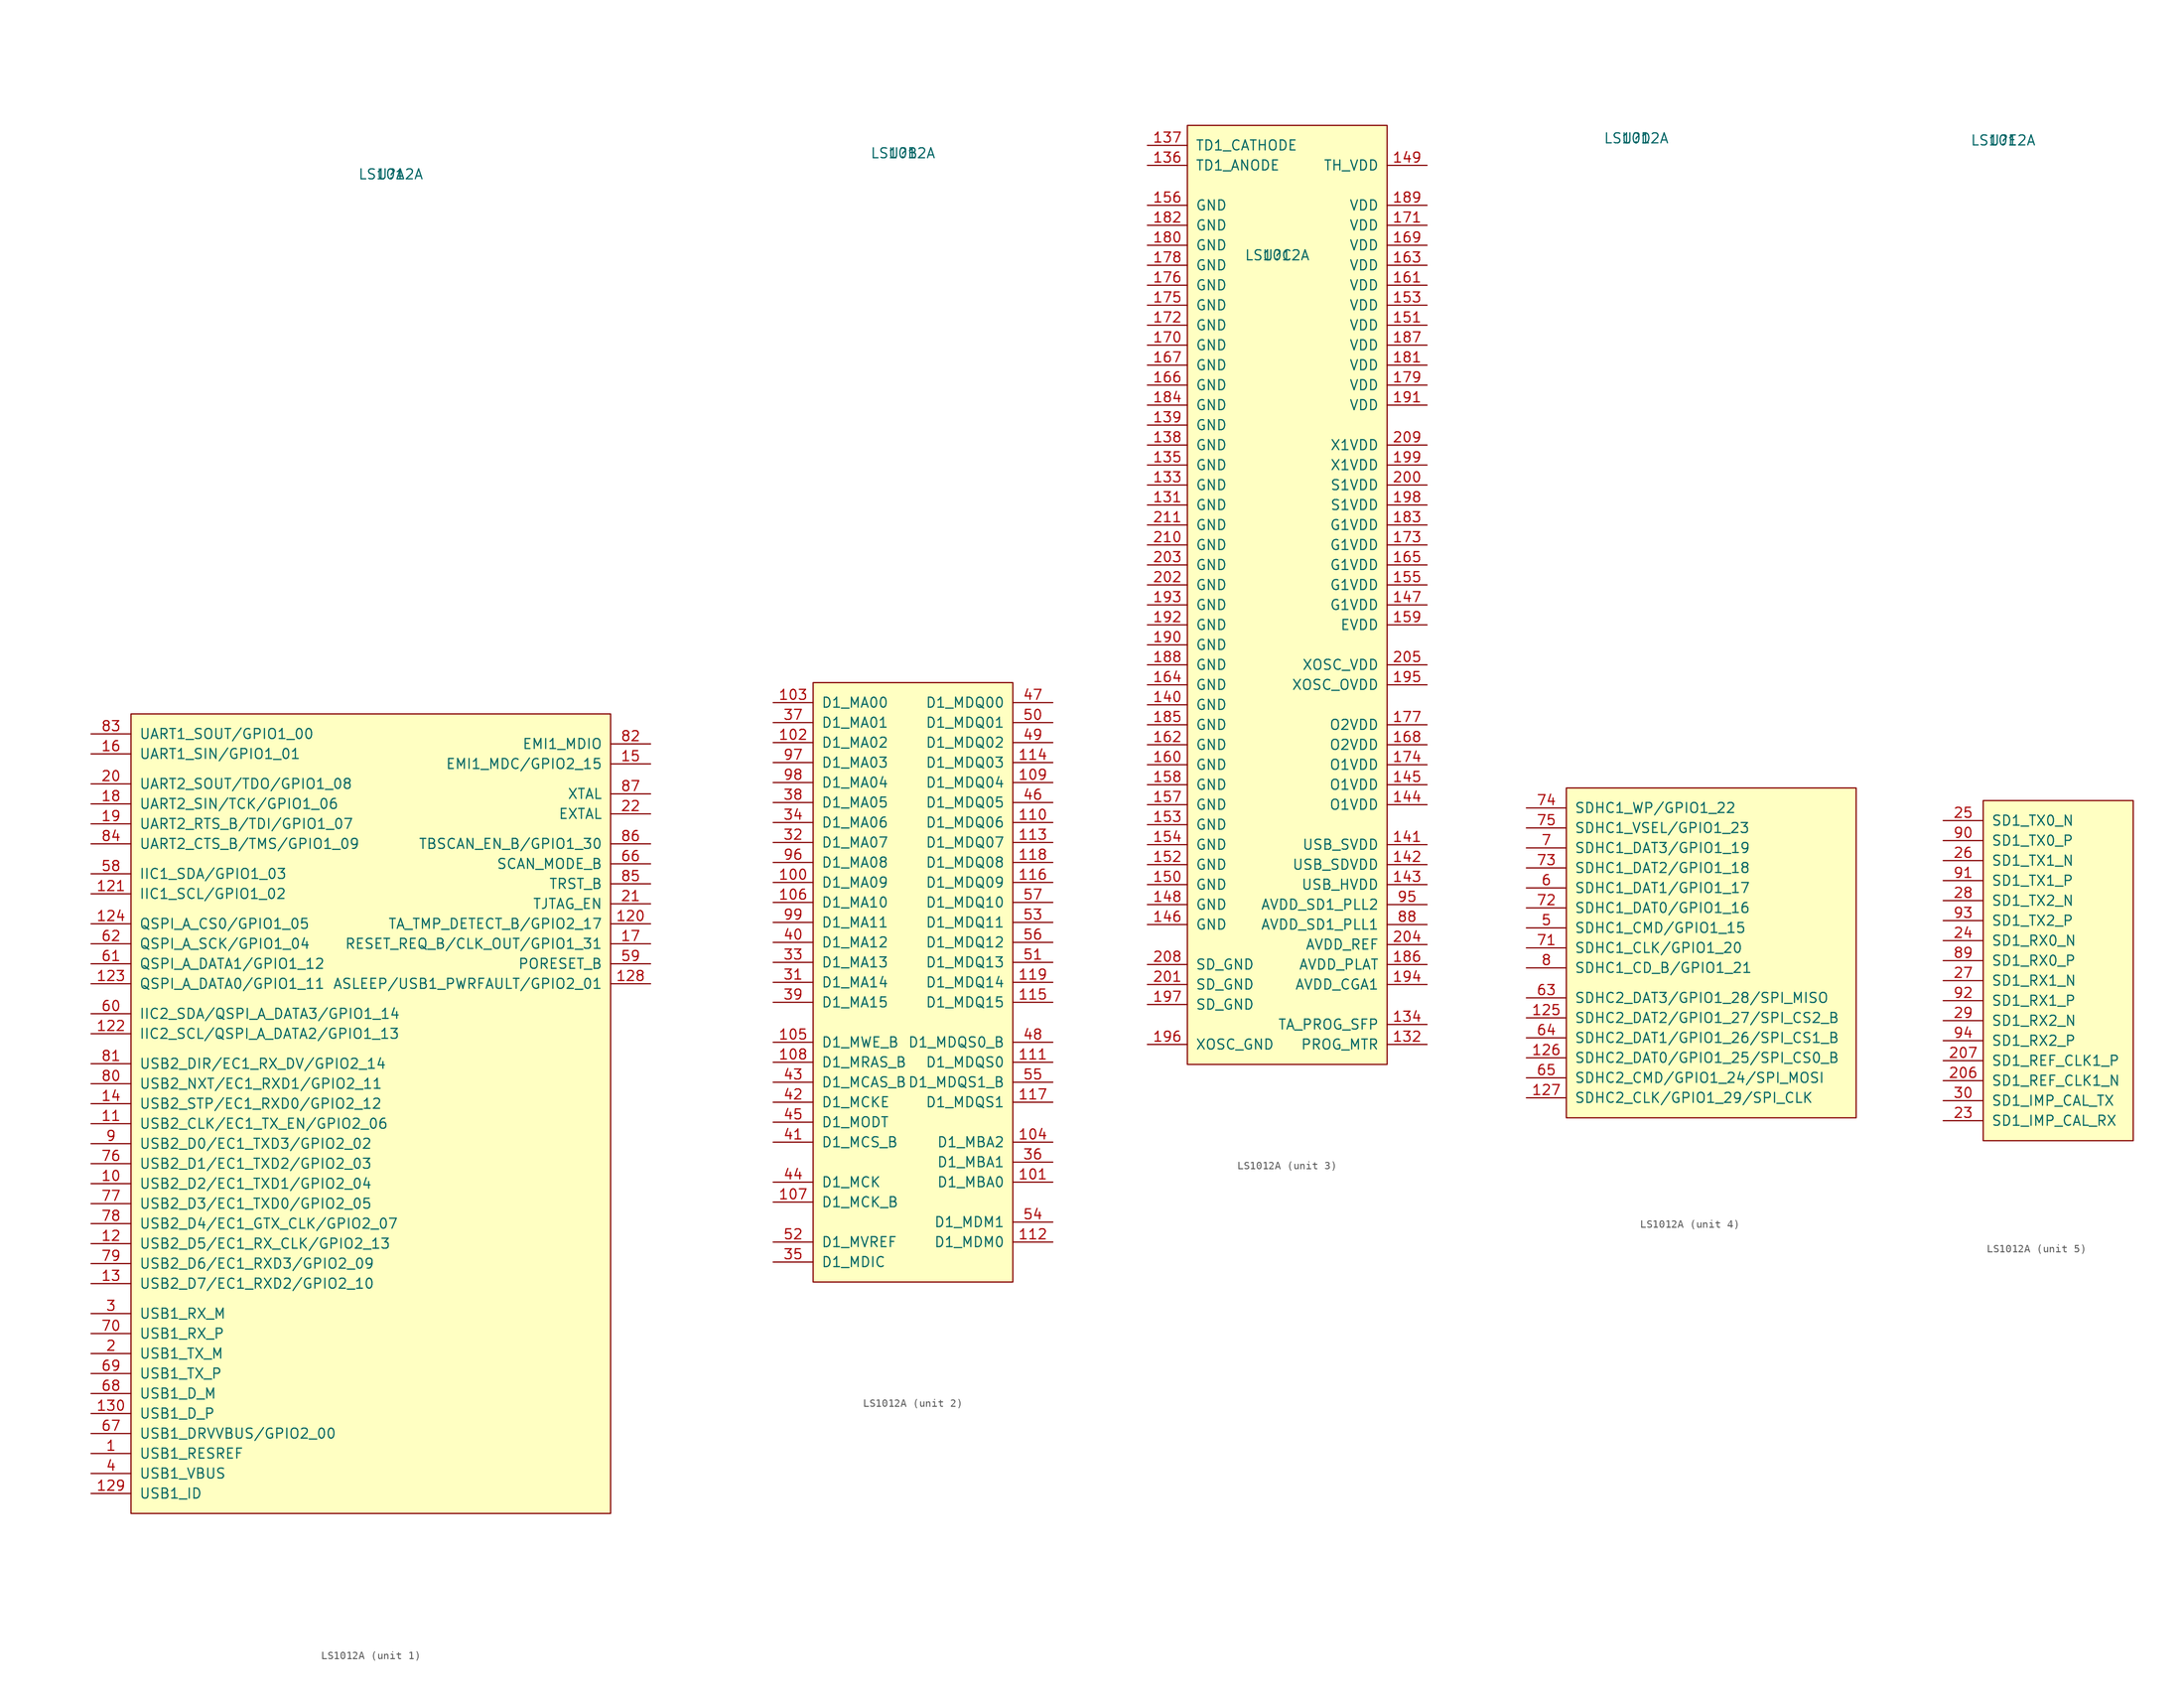
<source format=kicad_sym>
(kicad_symbol_lib
  (version 20220914)
  (generator kicad_symbol_editor)
  (symbol "LS1012A"
    (pin_names
      (offset 1.016))
    (property "Reference" "U"
      (at -1.27 102.87 0)
      (effects (font (size 1.27 1.27))))
    (property "Value" "LS1012A"
      (at -1.27 102.87 0)
      (effects (font (size 1.27 1.27))))
    (property "ki_locked" ""
      (at 0 0 0)
      (effects (font (size 1.27 1.27))))
    (symbol "LS1012A_1_1"
      (rectangle (start -34.29 34.29) (end 26.67 -67.31) (stroke (width 0) (type default)) (fill (type background)))
      (pin passive line (at -39.37 -59.69 0) (length 5.08) (name "USB1_RESREF" (effects (font (size 1.27 1.27)))) (number "1" (effects (font (size 1.27 1.27)))))
      (pin passive line (at -39.37 -25.4 0) (length 5.08) (name "USB2_D2/EC1_TXD1/GPIO2_04" (effects (font (size 1.27 1.27)))) (number "10" (effects (font (size 1.27 1.27)))))
      (pin passive line (at -39.37 -17.78 0) (length 5.08) (name "USB2_CLK/EC1_TX_EN/GPIO2_06" (effects (font (size 1.27 1.27)))) (number "11" (effects (font (size 1.27 1.27)))))
      (pin passive line (at -39.37 -33.02 0) (length 5.08) (name "USB2_D5/EC1_RX_CLK/GPIO2_13" (effects (font (size 1.27 1.27)))) (number "12" (effects (font (size 1.27 1.27)))))
      (pin passive line (at 31.75 7.62 180) (length 5.08) (name "TA_TMP_DETECT_B/GPIO2_17" (effects (font (size 1.27 1.27)))) (number "120" (effects (font (size 1.27 1.27)))))
      (pin passive line (at -39.37 11.43 0) (length 5.08) (name "IIC1_SCL/GPIO1_02" (effects (font (size 1.27 1.27)))) (number "121" (effects (font (size 1.27 1.27)))))
      (pin passive line (at -39.37 -6.35 0) (length 5.08) (name "IIC2_SCL/QSPI_A_DATA2/GPIO1_13" (effects (font (size 1.27 1.27)))) (number "122" (effects (font (size 1.27 1.27)))))
      (pin passive line (at -39.37 0 0) (length 5.08) (name "QSPI_A_DATA0/GPIO1_11" (effects (font (size 1.27 1.27)))) (number "123" (effects (font (size 1.27 1.27)))))
      (pin passive line (at -39.37 7.62 0) (length 5.08) (name "QSPI_A_CS0/GPIO1_05" (effects (font (size 1.27 1.27)))) (number "124" (effects (font (size 1.27 1.27)))))
      (pin passive line (at 31.75 0 180) (length 5.08) (name "ASLEEP/USB1_PWRFAULT/GPIO2_01" (effects (font (size 1.27 1.27)))) (number "128" (effects (font (size 1.27 1.27)))))
      (pin passive line (at -39.37 -64.77 0) (length 5.08) (name "USB1_ID" (effects (font (size 1.27 1.27)))) (number "129" (effects (font (size 1.27 1.27)))))
      (pin passive line (at -39.37 -38.1 0) (length 5.08) (name "USB2_D7/EC1_RXD2/GPIO2_10" (effects (font (size 1.27 1.27)))) (number "13" (effects (font (size 1.27 1.27)))))
      (pin passive line (at -39.37 -54.61 0) (length 5.08) (name "USB1_D_P" (effects (font (size 1.27 1.27)))) (number "130" (effects (font (size 1.27 1.27)))))
      (pin passive line (at -39.37 -15.24 0) (length 5.08) (name "USB2_STP/EC1_RXD0/GPIO2_12" (effects (font (size 1.27 1.27)))) (number "14" (effects (font (size 1.27 1.27)))))
      (pin passive line (at 31.75 27.94 180) (length 5.08) (name "EMI1_MDC/GPIO2_15" (effects (font (size 1.27 1.27)))) (number "15" (effects (font (size 1.27 1.27)))))
      (pin passive line (at -39.37 29.21 0) (length 5.08) (name "UART1_SIN/GPIO1_01" (effects (font (size 1.27 1.27)))) (number "16" (effects (font (size 1.27 1.27)))))
      (pin passive line (at 31.75 5.08 180) (length 5.08) (name "RESET_REQ_B/CLK_OUT/GPIO1_31" (effects (font (size 1.27 1.27)))) (number "17" (effects (font (size 1.27 1.27)))))
      (pin passive line (at -39.37 22.86 0) (length 5.08) (name "UART2_SIN/TCK/GPIO1_06" (effects (font (size 1.27 1.27)))) (number "18" (effects (font (size 1.27 1.27)))))
      (pin passive line (at -39.37 20.32 0) (length 5.08) (name "UART2_RTS_B/TDI/GPIO1_07" (effects (font (size 1.27 1.27)))) (number "19" (effects (font (size 1.27 1.27)))))
      (pin passive line (at -39.37 -46.99 0) (length 5.08) (name "USB1_TX_M" (effects (font (size 1.27 1.27)))) (number "2" (effects (font (size 1.27 1.27)))))
      (pin passive line (at -39.37 25.4 0) (length 5.08) (name "UART2_SOUT/TDO/GPIO1_08" (effects (font (size 1.27 1.27)))) (number "20" (effects (font (size 1.27 1.27)))))
      (pin passive line (at 31.75 10.16 180) (length 5.08) (name "TJTAG_EN" (effects (font (size 1.27 1.27)))) (number "21" (effects (font (size 1.27 1.27)))))
      (pin passive line (at 31.75 21.59 180) (length 5.08) (name "EXTAL" (effects (font (size 1.27 1.27)))) (number "22" (effects (font (size 1.27 1.27)))))
      (pin passive line (at -39.37 -41.91 0) (length 5.08) (name "USB1_RX_M" (effects (font (size 1.27 1.27)))) (number "3" (effects (font (size 1.27 1.27)))))
      (pin passive line (at -39.37 -62.23 0) (length 5.08) (name "USB1_VBUS" (effects (font (size 1.27 1.27)))) (number "4" (effects (font (size 1.27 1.27)))))
      (pin passive line (at -39.37 13.97 0) (length 5.08) (name "IIC1_SDA/GPIO1_03" (effects (font (size 1.27 1.27)))) (number "58" (effects (font (size 1.27 1.27)))))
      (pin passive line (at 31.75 2.54 180) (length 5.08) (name "PORESET_B" (effects (font (size 1.27 1.27)))) (number "59" (effects (font (size 1.27 1.27)))))
      (pin passive line (at -39.37 -3.81 0) (length 5.08) (name "IIC2_SDA/QSPI_A_DATA3/GPIO1_14" (effects (font (size 1.27 1.27)))) (number "60" (effects (font (size 1.27 1.27)))))
      (pin passive line (at -39.37 2.54 0) (length 5.08) (name "QSPI_A_DATA1/GPIO1_12" (effects (font (size 1.27 1.27)))) (number "61" (effects (font (size 1.27 1.27)))))
      (pin passive line (at -39.37 5.08 0) (length 5.08) (name "QSPI_A_SCK/GPIO1_04" (effects (font (size 1.27 1.27)))) (number "62" (effects (font (size 1.27 1.27)))))
      (pin passive line (at 31.75 15.24 180) (length 5.08) (name "SCAN_MODE_B" (effects (font (size 1.27 1.27)))) (number "66" (effects (font (size 1.27 1.27)))))
      (pin passive line (at -39.37 -57.15 0) (length 5.08) (name "USB1_DRVVBUS/GPIO2_00" (effects (font (size 1.27 1.27)))) (number "67" (effects (font (size 1.27 1.27)))))
      (pin passive line (at -39.37 -52.07 0) (length 5.08) (name "USB1_D_M" (effects (font (size 1.27 1.27)))) (number "68" (effects (font (size 1.27 1.27)))))
      (pin passive line (at -39.37 -49.53 0) (length 5.08) (name "USB1_TX_P" (effects (font (size 1.27 1.27)))) (number "69" (effects (font (size 1.27 1.27)))))
      (pin passive line (at -39.37 -44.45 0) (length 5.08) (name "USB1_RX_P" (effects (font (size 1.27 1.27)))) (number "70" (effects (font (size 1.27 1.27)))))
      (pin passive line (at -39.37 -22.86 0) (length 5.08) (name "USB2_D1/EC1_TXD2/GPIO2_03" (effects (font (size 1.27 1.27)))) (number "76" (effects (font (size 1.27 1.27)))))
      (pin passive line (at -39.37 -27.94 0) (length 5.08) (name "USB2_D3/EC1_TXD0/GPIO2_05" (effects (font (size 1.27 1.27)))) (number "77" (effects (font (size 1.27 1.27)))))
      (pin passive line (at -39.37 -30.48 0) (length 5.08) (name "USB2_D4/EC1_GTX_CLK/GPIO2_07" (effects (font (size 1.27 1.27)))) (number "78" (effects (font (size 1.27 1.27)))))
      (pin passive line (at -39.37 -35.56 0) (length 5.08) (name "USB2_D6/EC1_RXD3/GPIO2_09" (effects (font (size 1.27 1.27)))) (number "79" (effects (font (size 1.27 1.27)))))
      (pin passive line (at -39.37 -12.7 0) (length 5.08) (name "USB2_NXT/EC1_RXD1/GPIO2_11" (effects (font (size 1.27 1.27)))) (number "80" (effects (font (size 1.27 1.27)))))
      (pin passive line (at -39.37 -10.16 0) (length 5.08) (name "USB2_DIR/EC1_RX_DV/GPIO2_14" (effects (font (size 1.27 1.27)))) (number "81" (effects (font (size 1.27 1.27)))))
      (pin passive line (at 31.75 30.48 180) (length 5.08) (name "EMI1_MDIO" (effects (font (size 1.27 1.27)))) (number "82" (effects (font (size 1.27 1.27)))))
      (pin passive line (at -39.37 31.75 0) (length 5.08) (name "UART1_SOUT/GPIO1_00" (effects (font (size 1.27 1.27)))) (number "83" (effects (font (size 1.27 1.27)))))
      (pin passive line (at -39.37 17.78 0) (length 5.08) (name "UART2_CTS_B/TMS/GPIO1_09" (effects (font (size 1.27 1.27)))) (number "84" (effects (font (size 1.27 1.27)))))
      (pin passive line (at 31.75 12.7 180) (length 5.08) (name "TRST_B" (effects (font (size 1.27 1.27)))) (number "85" (effects (font (size 1.27 1.27)))))
      (pin passive line (at 31.75 17.78 180) (length 5.08) (name "TBSCAN_EN_B/GPIO1_30" (effects (font (size 1.27 1.27)))) (number "86" (effects (font (size 1.27 1.27)))))
      (pin passive line (at 31.75 24.13 180) (length 5.08) (name "XTAL" (effects (font (size 1.27 1.27)))) (number "87" (effects (font (size 1.27 1.27)))))
      (pin passive line (at -39.37 -20.32 0) (length 5.08) (name "USB2_D0/EC1_TXD3/GPIO2_02" (effects (font (size 1.27 1.27)))) (number "9" (effects (font (size 1.27 1.27))))))
    (symbol "LS1012A_2_1"
      (rectangle (start -12.7 35.56) (end 12.7 -40.64) (stroke (width 0) (type default)) (fill (type background)))
      (pin passive line (at -17.78 10.16 0) (length 5.08) (name "D1_MA09" (effects (font (size 1.27 1.27)))) (number "100" (effects (font (size 1.27 1.27)))))
      (pin passive line (at 17.78 -27.94 180) (length 5.08) (name "D1_MBA0" (effects (font (size 1.27 1.27)))) (number "101" (effects (font (size 1.27 1.27)))))
      (pin passive line (at -17.78 27.94 0) (length 5.08) (name "D1_MA02" (effects (font (size 1.27 1.27)))) (number "102" (effects (font (size 1.27 1.27)))))
      (pin passive line (at -17.78 33.02 0) (length 5.08) (name "D1_MA00" (effects (font (size 1.27 1.27)))) (number "103" (effects (font (size 1.27 1.27)))))
      (pin passive line (at 17.78 -22.86 180) (length 5.08) (name "D1_MBA2" (effects (font (size 1.27 1.27)))) (number "104" (effects (font (size 1.27 1.27)))))
      (pin passive line (at -17.78 -10.16 0) (length 5.08) (name "D1_MWE_B" (effects (font (size 1.27 1.27)))) (number "105" (effects (font (size 1.27 1.27)))))
      (pin passive line (at -17.78 7.62 0) (length 5.08) (name "D1_MA10" (effects (font (size 1.27 1.27)))) (number "106" (effects (font (size 1.27 1.27)))))
      (pin passive line (at -17.78 -30.48 0) (length 5.08) (name "D1_MCK_B" (effects (font (size 1.27 1.27)))) (number "107" (effects (font (size 1.27 1.27)))))
      (pin passive line (at -17.78 -12.7 0) (length 5.08) (name "D1_MRAS_B" (effects (font (size 1.27 1.27)))) (number "108" (effects (font (size 1.27 1.27)))))
      (pin passive line (at 17.78 22.86 180) (length 5.08) (name "D1_MDQ04" (effects (font (size 1.27 1.27)))) (number "109" (effects (font (size 1.27 1.27)))))
      (pin passive line (at 17.78 17.78 180) (length 5.08) (name "D1_MDQ06" (effects (font (size 1.27 1.27)))) (number "110" (effects (font (size 1.27 1.27)))))
      (pin passive line (at 17.78 -12.7 180) (length 5.08) (name "D1_MDQS0" (effects (font (size 1.27 1.27)))) (number "111" (effects (font (size 1.27 1.27)))))
      (pin passive line (at 17.78 -35.56 180) (length 5.08) (name "D1_MDM0" (effects (font (size 1.27 1.27)))) (number "112" (effects (font (size 1.27 1.27)))))
      (pin passive line (at 17.78 15.24 180) (length 5.08) (name "D1_MDQ07" (effects (font (size 1.27 1.27)))) (number "113" (effects (font (size 1.27 1.27)))))
      (pin passive line (at 17.78 25.4 180) (length 5.08) (name "D1_MDQ03" (effects (font (size 1.27 1.27)))) (number "114" (effects (font (size 1.27 1.27)))))
      (pin passive line (at 17.78 -5.08 180) (length 5.08) (name "D1_MDQ15" (effects (font (size 1.27 1.27)))) (number "115" (effects (font (size 1.27 1.27)))))
      (pin passive line (at 17.78 10.16 180) (length 5.08) (name "D1_MDQ09" (effects (font (size 1.27 1.27)))) (number "116" (effects (font (size 1.27 1.27)))))
      (pin passive line (at 17.78 -17.78 180) (length 5.08) (name "D1_MDQS1" (effects (font (size 1.27 1.27)))) (number "117" (effects (font (size 1.27 1.27)))))
      (pin passive line (at 17.78 12.7 180) (length 5.08) (name "D1_MDQ08" (effects (font (size 1.27 1.27)))) (number "118" (effects (font (size 1.27 1.27)))))
      (pin passive line (at 17.78 -2.54 180) (length 5.08) (name "D1_MDQ14" (effects (font (size 1.27 1.27)))) (number "119" (effects (font (size 1.27 1.27)))))
      (pin passive line (at -17.78 -2.54 0) (length 5.08) (name "D1_MA14" (effects (font (size 1.27 1.27)))) (number "31" (effects (font (size 1.27 1.27)))))
      (pin passive line (at -17.78 15.24 0) (length 5.08) (name "D1_MA07" (effects (font (size 1.27 1.27)))) (number "32" (effects (font (size 1.27 1.27)))))
      (pin passive line (at -17.78 0 0) (length 5.08) (name "D1_MA13" (effects (font (size 1.27 1.27)))) (number "33" (effects (font (size 1.27 1.27)))))
      (pin passive line (at -17.78 17.78 0) (length 5.08) (name "D1_MA06" (effects (font (size 1.27 1.27)))) (number "34" (effects (font (size 1.27 1.27)))))
      (pin passive line (at -17.78 -38.1 0) (length 5.08) (name "D1_MDIC" (effects (font (size 1.27 1.27)))) (number "35" (effects (font (size 1.27 1.27)))))
      (pin passive line (at 17.78 -25.4 180) (length 5.08) (name "D1_MBA1" (effects (font (size 1.27 1.27)))) (number "36" (effects (font (size 1.27 1.27)))))
      (pin passive line (at -17.78 30.48 0) (length 5.08) (name "D1_MA01" (effects (font (size 1.27 1.27)))) (number "37" (effects (font (size 1.27 1.27)))))
      (pin passive line (at -17.78 20.32 0) (length 5.08) (name "D1_MA05" (effects (font (size 1.27 1.27)))) (number "38" (effects (font (size 1.27 1.27)))))
      (pin passive line (at -17.78 -5.08 0) (length 5.08) (name "D1_MA15" (effects (font (size 1.27 1.27)))) (number "39" (effects (font (size 1.27 1.27)))))
      (pin passive line (at -17.78 2.54 0) (length 5.08) (name "D1_MA12" (effects (font (size 1.27 1.27)))) (number "40" (effects (font (size 1.27 1.27)))))
      (pin passive line (at -17.78 -22.86 0) (length 5.08) (name "D1_MCS_B" (effects (font (size 1.27 1.27)))) (number "41" (effects (font (size 1.27 1.27)))))
      (pin passive line (at -17.78 -17.78 0) (length 5.08) (name "D1_MCKE" (effects (font (size 1.27 1.27)))) (number "42" (effects (font (size 1.27 1.27)))))
      (pin passive line (at -17.78 -15.24 0) (length 5.08) (name "D1_MCAS_B" (effects (font (size 1.27 1.27)))) (number "43" (effects (font (size 1.27 1.27)))))
      (pin passive line (at -17.78 -27.94 0) (length 5.08) (name "D1_MCK" (effects (font (size 1.27 1.27)))) (number "44" (effects (font (size 1.27 1.27)))))
      (pin passive line (at -17.78 -20.32 0) (length 5.08) (name "D1_MODT" (effects (font (size 1.27 1.27)))) (number "45" (effects (font (size 1.27 1.27)))))
      (pin passive line (at 17.78 20.32 180) (length 5.08) (name "D1_MDQ05" (effects (font (size 1.27 1.27)))) (number "46" (effects (font (size 1.27 1.27)))))
      (pin passive line (at 17.78 33.02 180) (length 5.08) (name "D1_MDQ00" (effects (font (size 1.27 1.27)))) (number "47" (effects (font (size 1.27 1.27)))))
      (pin passive line (at 17.78 -10.16 180) (length 5.08) (name "D1_MDQS0_B" (effects (font (size 1.27 1.27)))) (number "48" (effects (font (size 1.27 1.27)))))
      (pin passive line (at 17.78 27.94 180) (length 5.08) (name "D1_MDQ02" (effects (font (size 1.27 1.27)))) (number "49" (effects (font (size 1.27 1.27)))))
      (pin passive line (at 17.78 30.48 180) (length 5.08) (name "D1_MDQ01" (effects (font (size 1.27 1.27)))) (number "50" (effects (font (size 1.27 1.27)))))
      (pin passive line (at 17.78 0 180) (length 5.08) (name "D1_MDQ13" (effects (font (size 1.27 1.27)))) (number "51" (effects (font (size 1.27 1.27)))))
      (pin passive line (at -17.78 -35.56 0) (length 5.08) (name "D1_MVREF" (effects (font (size 1.27 1.27)))) (number "52" (effects (font (size 1.27 1.27)))))
      (pin passive line (at 17.78 5.08 180) (length 5.08) (name "D1_MDQ11" (effects (font (size 1.27 1.27)))) (number "53" (effects (font (size 1.27 1.27)))))
      (pin passive line (at 17.78 -33.02 180) (length 5.08) (name "D1_MDM1" (effects (font (size 1.27 1.27)))) (number "54" (effects (font (size 1.27 1.27)))))
      (pin passive line (at 17.78 -15.24 180) (length 5.08) (name "D1_MDQS1_B" (effects (font (size 1.27 1.27)))) (number "55" (effects (font (size 1.27 1.27)))))
      (pin passive line (at 17.78 2.54 180) (length 5.08) (name "D1_MDQ12" (effects (font (size 1.27 1.27)))) (number "56" (effects (font (size 1.27 1.27)))))
      (pin passive line (at 17.78 7.62 180) (length 5.08) (name "D1_MDQ10" (effects (font (size 1.27 1.27)))) (number "57" (effects (font (size 1.27 1.27)))))
      (pin passive line (at -17.78 12.7 0) (length 5.08) (name "D1_MA08" (effects (font (size 1.27 1.27)))) (number "96" (effects (font (size 1.27 1.27)))))
      (pin passive line (at -17.78 25.4 0) (length 5.08) (name "D1_MA03" (effects (font (size 1.27 1.27)))) (number "97" (effects (font (size 1.27 1.27)))))
      (pin passive line (at -17.78 22.86 0) (length 5.08) (name "D1_MA04" (effects (font (size 1.27 1.27)))) (number "98" (effects (font (size 1.27 1.27)))))
      (pin passive line (at -17.78 5.08 0) (length 5.08) (name "D1_MA11" (effects (font (size 1.27 1.27)))) (number "99" (effects (font (size 1.27 1.27))))))
    (symbol "LS1012A_3_1"
      (rectangle (start -12.7 119.38) (end 12.7 0) (stroke (width 0) (type default)) (fill (type background)))
      (pin passive line (at -17.78 71.12 0) (length 5.08) (name "GND" (effects (font (size 1.27 1.27)))) (number "131" (effects (font (size 1.27 1.27)))))
      (pin passive line (at 17.78 2.54 180) (length 5.08) (name "PROG_MTR" (effects (font (size 1.27 1.27)))) (number "132" (effects (font (size 1.27 1.27)))))
      (pin passive line (at -17.78 73.66 0) (length 5.08) (name "GND" (effects (font (size 1.27 1.27)))) (number "133" (effects (font (size 1.27 1.27)))))
      (pin passive line (at 17.78 5.08 180) (length 5.08) (name "TA_PROG_SFP" (effects (font (size 1.27 1.27)))) (number "134" (effects (font (size 1.27 1.27)))))
      (pin passive line (at -17.78 76.2 0) (length 5.08) (name "GND" (effects (font (size 1.27 1.27)))) (number "135" (effects (font (size 1.27 1.27)))))
      (pin passive line (at -17.78 114.3 0) (length 5.08) (name "TD1_ANODE" (effects (font (size 1.27 1.27)))) (number "136" (effects (font (size 1.27 1.27)))))
      (pin passive line (at -17.78 116.84 0) (length 5.08) (name "TD1_CATHODE" (effects (font (size 1.27 1.27)))) (number "137" (effects (font (size 1.27 1.27)))))
      (pin passive line (at -17.78 78.74 0) (length 5.08) (name "GND" (effects (font (size 1.27 1.27)))) (number "138" (effects (font (size 1.27 1.27)))))
      (pin passive line (at -17.78 81.28 0) (length 5.08) (name "GND" (effects (font (size 1.27 1.27)))) (number "139" (effects (font (size 1.27 1.27)))))
      (pin passive line (at -17.78 45.72 0) (length 5.08) (name "GND" (effects (font (size 1.27 1.27)))) (number "140" (effects (font (size 1.27 1.27)))))
      (pin passive line (at 17.78 27.94 180) (length 5.08) (name "USB_SVDD" (effects (font (size 1.27 1.27)))) (number "141" (effects (font (size 1.27 1.27)))))
      (pin passive line (at 17.78 25.4 180) (length 5.08) (name "USB_SDVDD" (effects (font (size 1.27 1.27)))) (number "142" (effects (font (size 1.27 1.27)))))
      (pin passive line (at 17.78 22.86 180) (length 5.08) (name "USB_HVDD" (effects (font (size 1.27 1.27)))) (number "143" (effects (font (size 1.27 1.27)))))
      (pin passive line (at 17.78 33.02 180) (length 5.08) (name "O1VDD" (effects (font (size 1.27 1.27)))) (number "144" (effects (font (size 1.27 1.27)))))
      (pin passive line (at 17.78 35.56 180) (length 5.08) (name "O1VDD" (effects (font (size 1.27 1.27)))) (number "145" (effects (font (size 1.27 1.27)))))
      (pin passive line (at -17.78 17.78 0) (length 5.08) (name "GND" (effects (font (size 1.27 1.27)))) (number "146" (effects (font (size 1.27 1.27)))))
      (pin passive line (at 17.78 58.42 180) (length 5.08) (name "G1VDD" (effects (font (size 1.27 1.27)))) (number "147" (effects (font (size 1.27 1.27)))))
      (pin passive line (at -17.78 20.32 0) (length 5.08) (name "GND" (effects (font (size 1.27 1.27)))) (number "148" (effects (font (size 1.27 1.27)))))
      (pin passive line (at 17.78 114.3 180) (length 5.08) (name "TH_VDD" (effects (font (size 1.27 1.27)))) (number "149" (effects (font (size 1.27 1.27)))))
      (pin passive line (at -17.78 22.86 0) (length 5.08) (name "GND" (effects (font (size 1.27 1.27)))) (number "150" (effects (font (size 1.27 1.27)))))
      (pin passive line (at 17.78 93.98 180) (length 5.08) (name "VDD" (effects (font (size 1.27 1.27)))) (number "151" (effects (font (size 1.27 1.27)))))
      (pin passive line (at -17.78 25.4 0) (length 5.08) (name "GND" (effects (font (size 1.27 1.27)))) (number "152" (effects (font (size 1.27 1.27)))))
      (pin passive line (at -17.78 30.48 0) (length 5.08) (name "GND" (effects (font (size 1.27 1.27)))) (number "153" (effects (font (size 1.27 1.27)))))
      (pin passive line (at 17.78 96.52 180) (length 5.08) (name "VDD" (effects (font (size 1.27 1.27)))) (number "153" (effects (font (size 1.27 1.27)))))
      (pin passive line (at -17.78 27.94 0) (length 5.08) (name "GND" (effects (font (size 1.27 1.27)))) (number "154" (effects (font (size 1.27 1.27)))))
      (pin passive line (at 17.78 60.96 180) (length 5.08) (name "G1VDD" (effects (font (size 1.27 1.27)))) (number "155" (effects (font (size 1.27 1.27)))))
      (pin passive line (at -17.78 109.22 0) (length 5.08) (name "GND" (effects (font (size 1.27 1.27)))) (number "156" (effects (font (size 1.27 1.27)))))
      (pin passive line (at -17.78 33.02 0) (length 5.08) (name "GND" (effects (font (size 1.27 1.27)))) (number "157" (effects (font (size 1.27 1.27)))))
      (pin passive line (at -17.78 35.56 0) (length 5.08) (name "GND" (effects (font (size 1.27 1.27)))) (number "158" (effects (font (size 1.27 1.27)))))
      (pin passive line (at 17.78 55.88 180) (length 5.08) (name "EVDD" (effects (font (size 1.27 1.27)))) (number "159" (effects (font (size 1.27 1.27)))))
      (pin passive line (at -17.78 38.1 0) (length 5.08) (name "GND" (effects (font (size 1.27 1.27)))) (number "160" (effects (font (size 1.27 1.27)))))
      (pin passive line (at 17.78 99.06 180) (length 5.08) (name "VDD" (effects (font (size 1.27 1.27)))) (number "161" (effects (font (size 1.27 1.27)))))
      (pin passive line (at -17.78 40.64 0) (length 5.08) (name "GND" (effects (font (size 1.27 1.27)))) (number "162" (effects (font (size 1.27 1.27)))))
      (pin passive line (at 17.78 101.6 180) (length 5.08) (name "VDD" (effects (font (size 1.27 1.27)))) (number "163" (effects (font (size 1.27 1.27)))))
      (pin passive line (at -17.78 48.26 0) (length 5.08) (name "GND" (effects (font (size 1.27 1.27)))) (number "164" (effects (font (size 1.27 1.27)))))
      (pin passive line (at 17.78 63.5 180) (length 5.08) (name "G1VDD" (effects (font (size 1.27 1.27)))) (number "165" (effects (font (size 1.27 1.27)))))
      (pin passive line (at -17.78 86.36 0) (length 5.08) (name "GND" (effects (font (size 1.27 1.27)))) (number "166" (effects (font (size 1.27 1.27)))))
      (pin passive line (at -17.78 88.9 0) (length 5.08) (name "GND" (effects (font (size 1.27 1.27)))) (number "167" (effects (font (size 1.27 1.27)))))
      (pin passive line (at 17.78 40.64 180) (length 5.08) (name "O2VDD" (effects (font (size 1.27 1.27)))) (number "168" (effects (font (size 1.27 1.27)))))
      (pin passive line (at 17.78 104.14 180) (length 5.08) (name "VDD" (effects (font (size 1.27 1.27)))) (number "169" (effects (font (size 1.27 1.27)))))
      (pin passive line (at -17.78 91.44 0) (length 5.08) (name "GND" (effects (font (size 1.27 1.27)))) (number "170" (effects (font (size 1.27 1.27)))))
      (pin passive line (at 17.78 106.68 180) (length 5.08) (name "VDD" (effects (font (size 1.27 1.27)))) (number "171" (effects (font (size 1.27 1.27)))))
      (pin passive line (at -17.78 93.98 0) (length 5.08) (name "GND" (effects (font (size 1.27 1.27)))) (number "172" (effects (font (size 1.27 1.27)))))
      (pin passive line (at 17.78 66.04 180) (length 5.08) (name "G1VDD" (effects (font (size 1.27 1.27)))) (number "173" (effects (font (size 1.27 1.27)))))
      (pin passive line (at 17.78 38.1 180) (length 5.08) (name "O1VDD" (effects (font (size 1.27 1.27)))) (number "174" (effects (font (size 1.27 1.27)))))
      (pin passive line (at -17.78 96.52 0) (length 5.08) (name "GND" (effects (font (size 1.27 1.27)))) (number "175" (effects (font (size 1.27 1.27)))))
      (pin passive line (at -17.78 99.06 0) (length 5.08) (name "GND" (effects (font (size 1.27 1.27)))) (number "176" (effects (font (size 1.27 1.27)))))
      (pin passive line (at 17.78 43.18 180) (length 5.08) (name "O2VDD" (effects (font (size 1.27 1.27)))) (number "177" (effects (font (size 1.27 1.27)))))
      (pin passive line (at -17.78 101.6 0) (length 5.08) (name "GND" (effects (font (size 1.27 1.27)))) (number "178" (effects (font (size 1.27 1.27)))))
      (pin passive line (at 17.78 86.36 180) (length 5.08) (name "VDD" (effects (font (size 1.27 1.27)))) (number "179" (effects (font (size 1.27 1.27)))))
      (pin passive line (at -17.78 104.14 0) (length 5.08) (name "GND" (effects (font (size 1.27 1.27)))) (number "180" (effects (font (size 1.27 1.27)))))
      (pin passive line (at 17.78 88.9 180) (length 5.08) (name "VDD" (effects (font (size 1.27 1.27)))) (number "181" (effects (font (size 1.27 1.27)))))
      (pin passive line (at -17.78 106.68 0) (length 5.08) (name "GND" (effects (font (size 1.27 1.27)))) (number "182" (effects (font (size 1.27 1.27)))))
      (pin passive line (at 17.78 68.58 180) (length 5.08) (name "G1VDD" (effects (font (size 1.27 1.27)))) (number "183" (effects (font (size 1.27 1.27)))))
      (pin passive line (at -17.78 83.82 0) (length 5.08) (name "GND" (effects (font (size 1.27 1.27)))) (number "184" (effects (font (size 1.27 1.27)))))
      (pin passive line (at -17.78 43.18 0) (length 5.08) (name "GND" (effects (font (size 1.27 1.27)))) (number "185" (effects (font (size 1.27 1.27)))))
      (pin passive line (at 17.78 12.7 180) (length 5.08) (name "AVDD_PLAT" (effects (font (size 1.27 1.27)))) (number "186" (effects (font (size 1.27 1.27)))))
      (pin passive line (at 17.78 91.44 180) (length 5.08) (name "VDD" (effects (font (size 1.27 1.27)))) (number "187" (effects (font (size 1.27 1.27)))))
      (pin passive line (at -17.78 50.8 0) (length 5.08) (name "GND" (effects (font (size 1.27 1.27)))) (number "188" (effects (font (size 1.27 1.27)))))
      (pin passive line (at 17.78 109.22 180) (length 5.08) (name "VDD" (effects (font (size 1.27 1.27)))) (number "189" (effects (font (size 1.27 1.27)))))
      (pin passive line (at -17.78 53.34 0) (length 5.08) (name "GND" (effects (font (size 1.27 1.27)))) (number "190" (effects (font (size 1.27 1.27)))))
      (pin passive line (at 17.78 83.82 180) (length 5.08) (name "VDD" (effects (font (size 1.27 1.27)))) (number "191" (effects (font (size 1.27 1.27)))))
      (pin passive line (at -17.78 55.88 0) (length 5.08) (name "GND" (effects (font (size 1.27 1.27)))) (number "192" (effects (font (size 1.27 1.27)))))
      (pin passive line (at -17.78 58.42 0) (length 5.08) (name "GND" (effects (font (size 1.27 1.27)))) (number "193" (effects (font (size 1.27 1.27)))))
      (pin passive line (at 17.78 10.16 180) (length 5.08) (name "AVDD_CGA1" (effects (font (size 1.27 1.27)))) (number "194" (effects (font (size 1.27 1.27)))))
      (pin passive line (at 17.78 48.26 180) (length 5.08) (name "XOSC_OVDD" (effects (font (size 1.27 1.27)))) (number "195" (effects (font (size 1.27 1.27)))))
      (pin passive line (at -17.78 2.54 0) (length 5.08) (name "XOSC_GND" (effects (font (size 1.27 1.27)))) (number "196" (effects (font (size 1.27 1.27)))))
      (pin passive line (at -17.78 7.62 0) (length 5.08) (name "SD_GND" (effects (font (size 1.27 1.27)))) (number "197" (effects (font (size 1.27 1.27)))))
      (pin passive line (at 17.78 71.12 180) (length 5.08) (name "S1VDD" (effects (font (size 1.27 1.27)))) (number "198" (effects (font (size 1.27 1.27)))))
      (pin passive line (at 17.78 76.2 180) (length 5.08) (name "X1VDD" (effects (font (size 1.27 1.27)))) (number "199" (effects (font (size 1.27 1.27)))))
      (pin passive line (at 17.78 73.66 180) (length 5.08) (name "S1VDD" (effects (font (size 1.27 1.27)))) (number "200" (effects (font (size 1.27 1.27)))))
      (pin passive line (at -17.78 10.16 0) (length 5.08) (name "SD_GND" (effects (font (size 1.27 1.27)))) (number "201" (effects (font (size 1.27 1.27)))))
      (pin passive line (at -17.78 60.96 0) (length 5.08) (name "GND" (effects (font (size 1.27 1.27)))) (number "202" (effects (font (size 1.27 1.27)))))
      (pin passive line (at -17.78 63.5 0) (length 5.08) (name "GND" (effects (font (size 1.27 1.27)))) (number "203" (effects (font (size 1.27 1.27)))))
      (pin passive line (at 17.78 15.24 180) (length 5.08) (name "AVDD_REF" (effects (font (size 1.27 1.27)))) (number "204" (effects (font (size 1.27 1.27)))))
      (pin passive line (at 17.78 50.8 180) (length 5.08) (name "XOSC_VDD" (effects (font (size 1.27 1.27)))) (number "205" (effects (font (size 1.27 1.27)))))
      (pin passive line (at -17.78 12.7 0) (length 5.08) (name "SD_GND" (effects (font (size 1.27 1.27)))) (number "208" (effects (font (size 1.27 1.27)))))
      (pin passive line (at 17.78 78.74 180) (length 5.08) (name "X1VDD" (effects (font (size 1.27 1.27)))) (number "209" (effects (font (size 1.27 1.27)))))
      (pin passive line (at -17.78 66.04 0) (length 5.08) (name "GND" (effects (font (size 1.27 1.27)))) (number "210" (effects (font (size 1.27 1.27)))))
      (pin passive line (at -17.78 68.58 0) (length 5.08) (name "GND" (effects (font (size 1.27 1.27)))) (number "211" (effects (font (size 1.27 1.27)))))
      (pin passive line (at 17.78 17.78 180) (length 5.08) (name "AVDD_SD1_PLL1" (effects (font (size 1.27 1.27)))) (number "88" (effects (font (size 1.27 1.27)))))
      (pin passive line (at 17.78 20.32 180) (length 5.08) (name "AVDD_SD1_PLL2" (effects (font (size 1.27 1.27)))) (number "95" (effects (font (size 1.27 1.27))))))
    (symbol "LS1012A_4_1"
      (rectangle (start -10.16 20.32) (end 26.67 -21.59) (stroke (width 0) (type default)) (fill (type background)))
      (pin passive line (at -15.24 -8.89 0) (length 5.08) (name "SDHC2_DAT2/GPIO1_27/SPI_CS2_B" (effects (font (size 1.27 1.27)))) (number "125" (effects (font (size 1.27 1.27)))))
      (pin passive line (at -15.24 -13.97 0) (length 5.08) (name "SDHC2_DAT0/GPIO1_25/SPI_CS0_B" (effects (font (size 1.27 1.27)))) (number "126" (effects (font (size 1.27 1.27)))))
      (pin passive line (at -15.24 -19.05 0) (length 5.08) (name "SDHC2_CLK/GPIO1_29/SPI_CLK" (effects (font (size 1.27 1.27)))) (number "127" (effects (font (size 1.27 1.27)))))
      (pin passive line (at -15.24 2.54 0) (length 5.08) (name "SDHC1_CMD/GPIO1_15" (effects (font (size 1.27 1.27)))) (number "5" (effects (font (size 1.27 1.27)))))
      (pin passive line (at -15.24 7.62 0) (length 5.08) (name "SDHC1_DAT1/GPIO1_17" (effects (font (size 1.27 1.27)))) (number "6" (effects (font (size 1.27 1.27)))))
      (pin passive line (at -15.24 -6.35 0) (length 5.08) (name "SDHC2_DAT3/GPIO1_28/SPI_MISO" (effects (font (size 1.27 1.27)))) (number "63" (effects (font (size 1.27 1.27)))))
      (pin passive line (at -15.24 -11.43 0) (length 5.08) (name "SDHC2_DAT1/GPIO1_26/SPI_CS1_B" (effects (font (size 1.27 1.27)))) (number "64" (effects (font (size 1.27 1.27)))))
      (pin passive line (at -15.24 -16.51 0) (length 5.08) (name "SDHC2_CMD/GPIO1_24/SPI_MOSI" (effects (font (size 1.27 1.27)))) (number "65" (effects (font (size 1.27 1.27)))))
      (pin passive line (at -15.24 12.7 0) (length 5.08) (name "SDHC1_DAT3/GPIO1_19" (effects (font (size 1.27 1.27)))) (number "7" (effects (font (size 1.27 1.27)))))
      (pin passive line (at -15.24 0 0) (length 5.08) (name "SDHC1_CLK/GPIO1_20" (effects (font (size 1.27 1.27)))) (number "71" (effects (font (size 1.27 1.27)))))
      (pin passive line (at -15.24 5.08 0) (length 5.08) (name "SDHC1_DAT0/GPIO1_16" (effects (font (size 1.27 1.27)))) (number "72" (effects (font (size 1.27 1.27)))))
      (pin passive line (at -15.24 10.16 0) (length 5.08) (name "SDHC1_DAT2/GPIO1_18" (effects (font (size 1.27 1.27)))) (number "73" (effects (font (size 1.27 1.27)))))
      (pin passive line (at -15.24 17.78 0) (length 5.08) (name "SDHC1_WP/GPIO1_22" (effects (font (size 1.27 1.27)))) (number "74" (effects (font (size 1.27 1.27)))))
      (pin passive line (at -15.24 15.24 0) (length 5.08) (name "SDHC1_VSEL/GPIO1_23" (effects (font (size 1.27 1.27)))) (number "75" (effects (font (size 1.27 1.27)))))
      (pin passive line (at -15.24 -2.54 0) (length 5.08) (name "SDHC1_CD_B/GPIO1_21" (effects (font (size 1.27 1.27)))) (number "8" (effects (font (size 1.27 1.27))))))
    (symbol "LS1012A_5_1"
      (rectangle (start -3.81 19.05) (end 15.24 -24.13) (stroke (width 0) (type default)) (fill (type background)))
      (pin passive line (at -8.89 -16.51 0) (length 5.08) (name "SD1_REF_CLK1_N" (effects (font (size 1.27 1.27)))) (number "206" (effects (font (size 1.27 1.27)))))
      (pin passive line (at -8.89 -13.97 0) (length 5.08) (name "SD1_REF_CLK1_P" (effects (font (size 1.27 1.27)))) (number "207" (effects (font (size 1.27 1.27)))))
      (pin passive line (at -8.89 -21.59 0) (length 5.08) (name "SD1_IMP_CAL_RX" (effects (font (size 1.27 1.27)))) (number "23" (effects (font (size 1.27 1.27)))))
      (pin passive line (at -8.89 1.27 0) (length 5.08) (name "SD1_RX0_N" (effects (font (size 1.27 1.27)))) (number "24" (effects (font (size 1.27 1.27)))))
      (pin passive line (at -8.89 16.51 0) (length 5.08) (name "SD1_TX0_N" (effects (font (size 1.27 1.27)))) (number "25" (effects (font (size 1.27 1.27)))))
      (pin passive line (at -8.89 11.43 0) (length 5.08) (name "SD1_TX1_N" (effects (font (size 1.27 1.27)))) (number "26" (effects (font (size 1.27 1.27)))))
      (pin passive line (at -8.89 -3.81 0) (length 5.08) (name "SD1_RX1_N" (effects (font (size 1.27 1.27)))) (number "27" (effects (font (size 1.27 1.27)))))
      (pin passive line (at -8.89 6.35 0) (length 5.08) (name "SD1_TX2_N" (effects (font (size 1.27 1.27)))) (number "28" (effects (font (size 1.27 1.27)))))
      (pin passive line (at -8.89 -8.89 0) (length 5.08) (name "SD1_RX2_N" (effects (font (size 1.27 1.27)))) (number "29" (effects (font (size 1.27 1.27)))))
      (pin passive line (at -8.89 -19.05 0) (length 5.08) (name "SD1_IMP_CAL_TX" (effects (font (size 1.27 1.27)))) (number "30" (effects (font (size 1.27 1.27)))))
      (pin passive line (at -8.89 -1.27 0) (length 5.08) (name "SD1_RX0_P" (effects (font (size 1.27 1.27)))) (number "89" (effects (font (size 1.27 1.27)))))
      (pin passive line (at -8.89 13.97 0) (length 5.08) (name "SD1_TX0_P" (effects (font (size 1.27 1.27)))) (number "90" (effects (font (size 1.27 1.27)))))
      (pin passive line (at -8.89 8.89 0) (length 5.08) (name "SD1_TX1_P" (effects (font (size 1.27 1.27)))) (number "91" (effects (font (size 1.27 1.27)))))
      (pin passive line (at -8.89 -6.35 0) (length 5.08) (name "SD1_RX1_P" (effects (font (size 1.27 1.27)))) (number "92" (effects (font (size 1.27 1.27)))))
      (pin passive line (at -8.89 3.81 0) (length 5.08) (name "SD1_TX2_P" (effects (font (size 1.27 1.27)))) (number "93" (effects (font (size 1.27 1.27)))))
      (pin passive line (at -8.89 -11.43 0) (length 5.08) (name "SD1_RX2_P" (effects (font (size 1.27 1.27)))) (number "94" (effects (font (size 1.27 1.27))))))))
</source>
